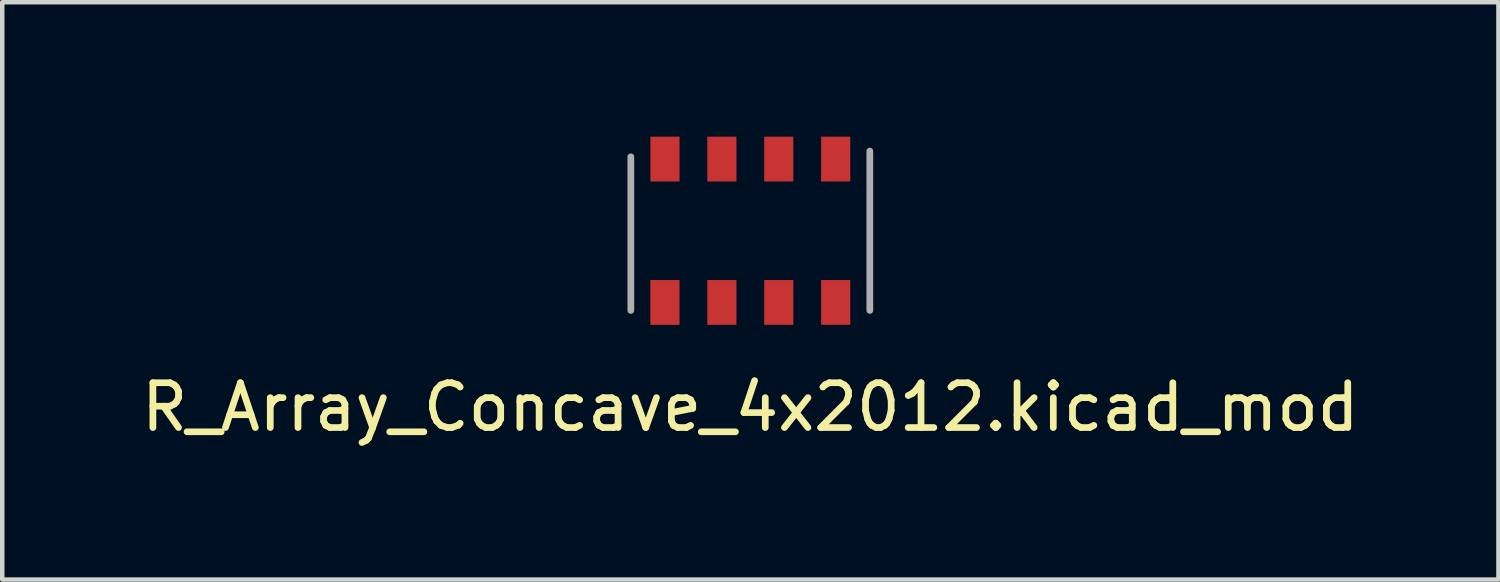
<source format=kicad_pcb>
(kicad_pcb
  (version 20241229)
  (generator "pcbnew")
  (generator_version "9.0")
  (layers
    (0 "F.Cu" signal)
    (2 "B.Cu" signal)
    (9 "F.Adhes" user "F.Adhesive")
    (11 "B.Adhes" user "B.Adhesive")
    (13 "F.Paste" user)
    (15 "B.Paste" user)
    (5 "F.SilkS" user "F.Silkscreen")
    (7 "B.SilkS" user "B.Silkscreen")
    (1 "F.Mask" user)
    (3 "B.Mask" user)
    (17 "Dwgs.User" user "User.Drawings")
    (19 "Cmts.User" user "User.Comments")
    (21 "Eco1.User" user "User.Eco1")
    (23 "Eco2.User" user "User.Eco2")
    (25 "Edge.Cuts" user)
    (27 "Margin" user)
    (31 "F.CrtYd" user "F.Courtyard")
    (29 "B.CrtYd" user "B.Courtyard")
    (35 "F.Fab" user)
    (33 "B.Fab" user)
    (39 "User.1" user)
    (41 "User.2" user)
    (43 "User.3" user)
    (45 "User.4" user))
  (footprint "R_Array_Concave_4x2012.kicad_mod"
    (layer "F.Cu")
    (at 13.696 2.1)
    (property "Reference" "R_Array_Concave_4x2012.kicad_mod" (at 0 3.937 0) (layer "F.SilkS") (effects (font (size 1 1) (thickness 0.15))))
    (attr through_hole)
    (fp_line (start -2.667 -1.651) (end -2.667 1.778) (stroke (width 0.15) (type solid)) (layer "F.Fab"))
    (fp_line (start 2.667 -1.778) (end 2.667 1.778) (stroke (width 0.15) (type solid)) (layer "F.Fab"))
    (pad "1" smd rect (at -1.905 -1.6) (size 0.65 1) (layers "F.Cu" "F.Mask" "F.Paste"))
    (pad "2" smd rect (at -0.635 -1.6) (size 0.65 1) (layers "F.Cu" "F.Mask" "F.Paste"))
    (pad "3" smd rect (at 0.635 -1.6) (size 0.65 1) (layers "F.Cu" "F.Mask" "F.Paste"))
    (pad "4" smd rect (at 1.905 -1.6) (size 0.65 1) (layers "F.Cu" "F.Mask" "F.Paste"))
    (pad "5" smd rect (at 1.905 1.6) (size 0.65 1) (layers "F.Cu" "F.Mask" "F.Paste"))
    (pad "6" smd rect (at 0.635 1.6) (size 0.65 1) (layers "F.Cu" "F.Mask" "F.Paste"))
    (pad "7" smd rect (at -0.635 1.6) (size 0.65 1) (layers "F.Cu" "F.Mask" "F.Paste"))
    (pad "8" smd rect (at -1.906 1.6) (size 0.65 1) (layers "F.Cu" "F.Mask" "F.Paste")))
  (gr_rect
    (start -3 -3)
    (end 30.393 9.885)
    (stroke (width 0.1) (type default))
    (fill no)
    (layer "Edge.Cuts")))
</source>
